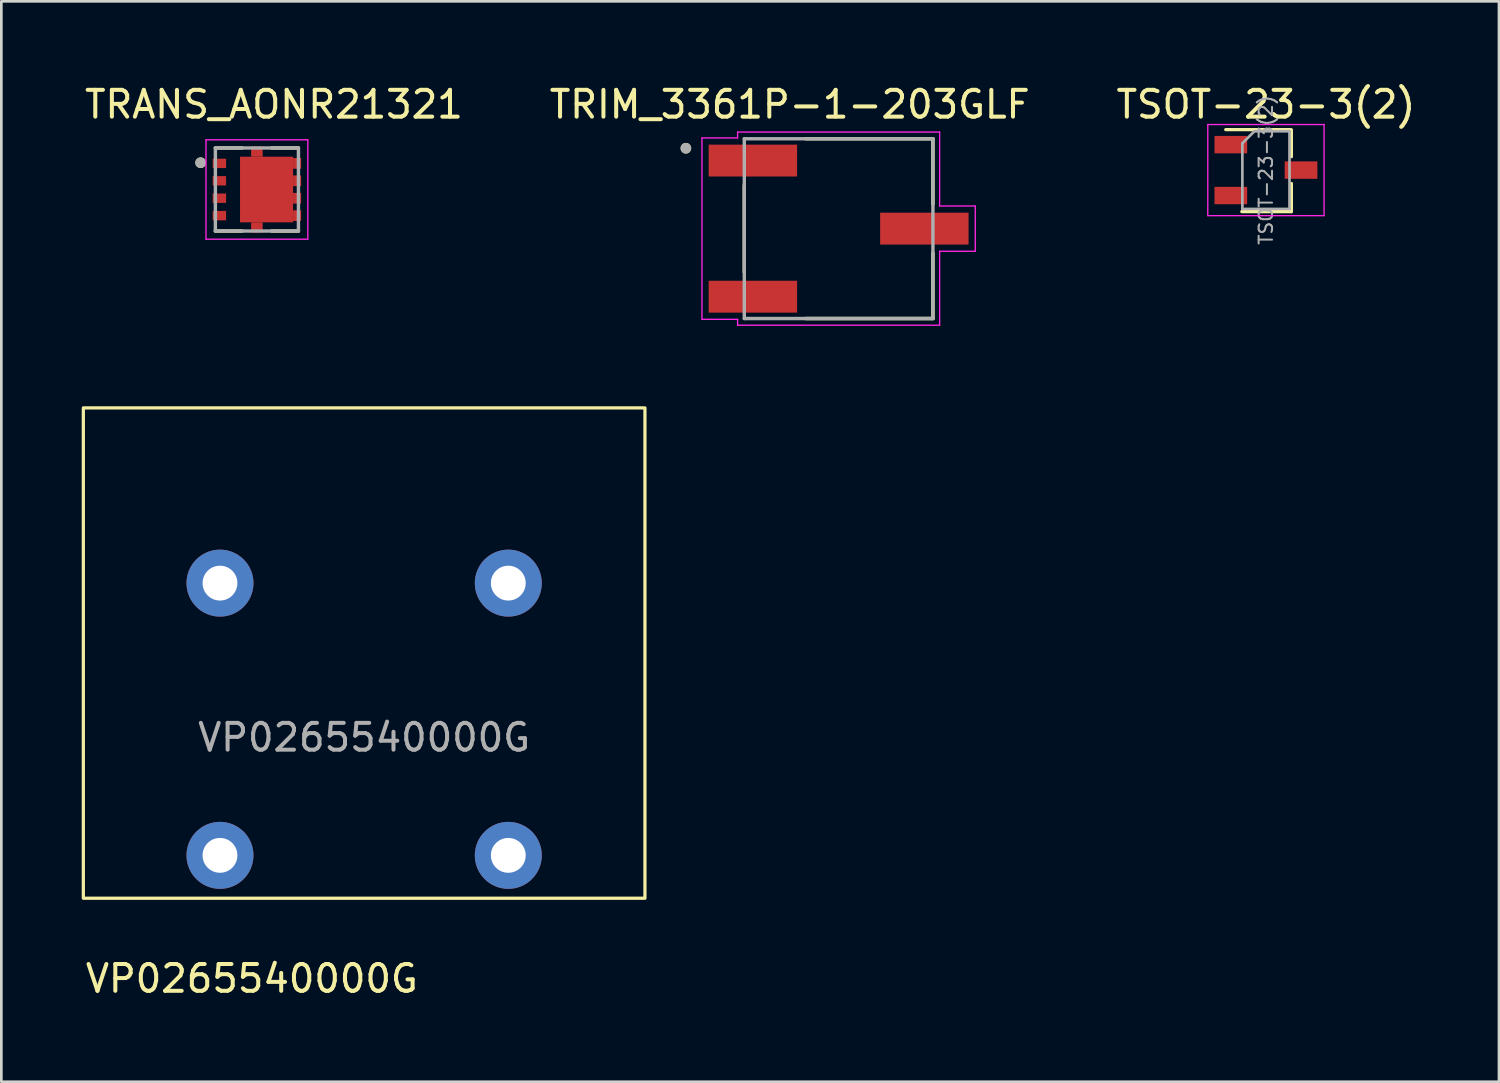
<source format=kicad_pcb>
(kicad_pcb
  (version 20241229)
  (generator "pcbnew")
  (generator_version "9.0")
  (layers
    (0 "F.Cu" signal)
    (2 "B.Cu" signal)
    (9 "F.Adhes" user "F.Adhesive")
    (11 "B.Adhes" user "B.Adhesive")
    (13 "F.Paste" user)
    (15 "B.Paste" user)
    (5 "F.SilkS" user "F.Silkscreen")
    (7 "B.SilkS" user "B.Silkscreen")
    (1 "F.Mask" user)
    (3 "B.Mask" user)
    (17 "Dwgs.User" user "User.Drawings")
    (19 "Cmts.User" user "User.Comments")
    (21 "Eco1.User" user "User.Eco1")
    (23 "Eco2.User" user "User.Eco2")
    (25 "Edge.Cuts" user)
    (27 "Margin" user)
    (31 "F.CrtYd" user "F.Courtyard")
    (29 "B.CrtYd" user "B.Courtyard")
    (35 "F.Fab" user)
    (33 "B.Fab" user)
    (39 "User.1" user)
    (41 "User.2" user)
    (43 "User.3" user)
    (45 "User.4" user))
  (footprint "TRIM_3361P-1-203GLF"
    (layer "F.Cu")
    (at 28.248 5.483)
    (property "Reference" "TRIM_3361P-1-203GLF" (at -1.825 -4.635 0) (layer "F.SilkS") (effects (font (size 1 1) (thickness 0.15))))
    (attr through_hole)
    (fp_line (start -3.52 -1.625) (end -3.52 1.625) (stroke (width 0.127) (type solid)) (layer "F.SilkS"))
    (fp_line (start 3.52 -3.355) (end -1.23 -3.355) (stroke (width 0.127) (type solid)) (layer "F.SilkS"))
    (fp_line (start 3.52 -0.915) (end 3.52 -3.355) (stroke (width 0.127) (type solid)) (layer "F.SilkS"))
    (fp_line (start 3.52 0.915) (end 3.52 3.355) (stroke (width 0.127) (type solid)) (layer "F.SilkS"))
    (fp_line (start 3.52 3.355) (end -1.23 3.355) (stroke (width 0.127) (type solid)) (layer "F.SilkS"))
    (fp_circle (center -5.7 -3) (end -5.6 -3) (stroke (width 0.2) (type solid)) (fill no) (layer "F.SilkS"))
    (fp_line (start -5.1 -3.385) (end -3.77 -3.385) (stroke (width 0.05) (type solid)) (layer "F.CrtYd"))
    (fp_line (start -5.1 3.385) (end -5.1 -3.385) (stroke (width 0.05) (type solid)) (layer "F.CrtYd"))
    (fp_line (start -3.77 -3.605) (end 3.77 -3.605) (stroke (width 0.05) (type solid)) (layer "F.CrtYd"))
    (fp_line (start -3.77 -3.385) (end -3.77 -3.605) (stroke (width 0.05) (type solid)) (layer "F.CrtYd"))
    (fp_line (start -3.77 3.385) (end -5.1 3.385) (stroke (width 0.05) (type solid)) (layer "F.CrtYd"))
    (fp_line (start -3.77 3.605) (end -3.77 3.385) (stroke (width 0.05) (type solid)) (layer "F.CrtYd"))
    (fp_line (start 3.77 -3.605) (end 3.77 -0.845) (stroke (width 0.05) (type solid)) (layer "F.CrtYd"))
    (fp_line (start 3.77 -0.845) (end 5.1 -0.845) (stroke (width 0.05) (type solid)) (layer "F.CrtYd"))
    (fp_line (start 3.77 0.845) (end 3.77 3.605) (stroke (width 0.05) (type solid)) (layer "F.CrtYd"))
    (fp_line (start 3.77 3.605) (end -3.77 3.605) (stroke (width 0.05) (type solid)) (layer "F.CrtYd"))
    (fp_line (start 5.1 -0.845) (end 5.1 0.845) (stroke (width 0.05) (type solid)) (layer "F.CrtYd"))
    (fp_line (start 5.1 0.845) (end 3.77 0.845) (stroke (width 0.05) (type solid)) (layer "F.CrtYd"))
    (fp_line (start -3.52 -3.355) (end -3.52 3.355) (stroke (width 0.127) (type solid)) (layer "F.Fab"))
    (fp_line (start -3.52 3.355) (end 3.52 3.355) (stroke (width 0.127) (type solid)) (layer "F.Fab"))
    (fp_line (start 3.52 -3.355) (end -3.52 -3.355) (stroke (width 0.127) (type solid)) (layer "F.Fab"))
    (fp_line (start 3.52 3.355) (end 3.52 -3.355) (stroke (width 0.127) (type solid)) (layer "F.Fab"))
    (fp_circle (center -5.7 -3) (end -5.6 -3) (stroke (width 0.2) (type solid)) (fill no) (layer "F.Fab"))
    (pad "1" smd rect (at -3.2 -2.54) (size 3.3 1.19) (layers "F.Cu" "F.Mask" "F.Paste"))
    (pad "2" smd rect (at 3.2 0) (size 3.3 1.19) (layers "F.Cu" "F.Mask" "F.Paste"))
    (pad "3" smd rect (at -3.2 2.54) (size 3.3 1.19) (layers "F.Cu" "F.Mask" "F.Paste")))
  (footprint "VP0265540000G"
    (layer "F.Cu")
    (at 10.54 24.473)
    (property "Reference" "VP0265540000G" (at -10.48 9 0) (unlocked yes) (layer "F.SilkS") (effects (font (size 1 1) (thickness 0.15)) (justify left)))
    (attr through_hole)
    (fp_rect (start -10.48 -12.3) (end 10.48 6) (stroke (width 0.12) (type solid)) (fill no) (layer "F.SilkS"))
    (fp_text user "${REFERENCE}" (at 0 0 0) (unlocked yes) (layer "F.Fab") (effects (font (size 1 1) (thickness 0.15))))
    (pad "1" thru_hole circle (at -5.38 -5.76) (size 2.5 2.5) (drill 1.3) (layers "*.Cu" "*.Mask"))
    (pad "1" thru_hole circle (at -5.38 4.4) (size 2.5 2.5) (drill 1.3) (layers "*.Cu" "*.Mask"))
    (pad "2" thru_hole circle (at 5.38 -5.76) (size 2.5 2.5) (drill 1.3) (layers "*.Cu" "*.Mask"))
    (pad "2" thru_hole circle (at 5.38 4.4) (size 2.5 2.5) (drill 1.3) (layers "*.Cu" "*.Mask")))
  (footprint "TSOT-23-3(2)"
    (layer "F.Cu")
    (at 44.196 3.298)
    (property "Reference" "TSOT-23-3(2)" (at 0 -2.45 0) (layer "F.SilkS") (effects (font (size 1 1) (thickness 0.15))))
    (attr smd)
    (fp_line (start 0.93 -1.51) (end -1.5 -1.51) (stroke (width 0.12) (type solid)) (layer "F.SilkS"))
    (fp_line (start 0.95 -1.5) (end 0.95 -0.5) (stroke (width 0.12) (type solid)) (layer "F.SilkS"))
    (fp_line (start 0.95 0.5) (end 0.95 1.55) (stroke (width 0.12) (type solid)) (layer "F.SilkS"))
    (fp_line (start 0.95 1.55) (end -0.9 1.55) (stroke (width 0.12) (type solid)) (layer "F.SilkS"))
    (fp_line (start -2.17 -1.7) (end -2.17 1.7) (stroke (width 0.05) (type solid)) (layer "F.CrtYd"))
    (fp_line (start -2.17 -1.7) (end 2.17 -1.7) (stroke (width 0.05) (type solid)) (layer "F.CrtYd"))
    (fp_line (start 2.17 1.7) (end -2.17 1.7) (stroke (width 0.05) (type solid)) (layer "F.CrtYd"))
    (fp_line (start 2.17 1.7) (end 2.17 -1.7) (stroke (width 0.05) (type solid)) (layer "F.CrtYd"))
    (fp_line (start -0.88 -1) (end -0.88 1.45) (stroke (width 0.1) (type solid)) (layer "F.Fab"))
    (fp_line (start -0.88 -1) (end -0.43 -1.45) (stroke (width 0.1) (type solid)) (layer "F.Fab"))
    (fp_line (start 0.88 -1.45) (end -0.43 -1.45) (stroke (width 0.1) (type solid)) (layer "F.Fab"))
    (fp_line (start 0.88 -1.45) (end 0.88 1.45) (stroke (width 0.1) (type solid)) (layer "F.Fab"))
    (fp_line (start 0.88 1.45) (end -0.88 1.45) (stroke (width 0.1) (type solid)) (layer "F.Fab"))
    (fp_text user "${REFERENCE}" (at 0 0 90) (layer "F.Fab") (effects (font (size 0.5 0.5) (thickness 0.075))))
    (pad "" smd rect (at -1.31 0.95) (size 1.22 0.65) (layers "F.Cu" "F.Mask" "F.Paste"))
    (pad "1" smd rect (at 1.31 0) (size 1.22 0.65) (layers "F.Cu" "F.Mask" "F.Paste"))
    (pad "2" smd rect (at -1.31 -0.95) (size 1.22 0.65) (layers "F.Cu" "F.Mask" "F.Paste")))
  (footprint "TRANS_AONR21321"
    (layer "F.Cu")
    (at 6.538 4.023)
    (property "Reference" "TRANS_AONR21321" (at 0.635 -3.175 0) (layer "F.SilkS") (effects (font (size 1 1) (thickness 0.15))))
    (attr through_hole)
    (fp_line (start -0.55 -1.55) (end -1.55 -1.55) (stroke (width 0.127) (type solid)) (layer "F.SilkS"))
    (fp_line (start -0.55 1.55) (end -1.55 1.55) (stroke (width 0.127) (type solid)) (layer "F.SilkS"))
    (fp_line (start 0.55 -1.55) (end 1.55 -1.55) (stroke (width 0.127) (type solid)) (layer "F.SilkS"))
    (fp_line (start 0.55 1.55) (end 1.55 1.55) (stroke (width 0.127) (type solid)) (layer "F.SilkS"))
    (fp_circle (center -2.1 -1) (end -2 -1) (stroke (width 0.2) (type solid)) (fill no) (layer "F.SilkS"))
    (fp_poly (pts (xy -0.462 -0.664) (xy 1.182 -0.664) (xy 1.182 0.664) (xy -0.462 0.664)) (stroke (width 0.01) (type solid)) (fill yes) (layer "F.Paste"))
    (fp_line (start -1.9 -1.855) (end 1.9 -1.855) (stroke (width 0.05) (type solid)) (layer "F.CrtYd"))
    (fp_line (start -1.9 1.855) (end -1.9 -1.855) (stroke (width 0.05) (type solid)) (layer "F.CrtYd"))
    (fp_line (start 1.9 -1.855) (end 1.9 1.855) (stroke (width 0.05) (type solid)) (layer "F.CrtYd"))
    (fp_line (start 1.9 1.855) (end -1.9 1.855) (stroke (width 0.05) (type solid)) (layer "F.CrtYd"))
    (fp_line (start -1.55 -1.55) (end 1.55 -1.55) (stroke (width 0.127) (type solid)) (layer "F.Fab"))
    (fp_line (start -1.55 1.55) (end -1.55 -1.55) (stroke (width 0.127) (type solid)) (layer "F.Fab"))
    (fp_line (start 1.55 -1.55) (end 1.55 1.55) (stroke (width 0.127) (type solid)) (layer "F.Fab"))
    (fp_line (start 1.55 1.55) (end -1.55 1.55) (stroke (width 0.127) (type solid)) (layer "F.Fab"))
    (fp_circle (center -2.1 -1) (end -2 -1) (stroke (width 0.2) (type solid)) (fill no) (layer "F.Fab"))
    (pad "1" smd rect (at -1.4 -0.975) (size 0.5 0.35) (layers "F.Cu" "F.Mask" "F.Paste"))
    (pad "2" smd rect (at -1.4 -0.325) (size 0.5 0.35) (layers "F.Cu" "F.Mask" "F.Paste"))
    (pad "3" smd rect (at -1.4 0.325) (size 0.5 0.35) (layers "F.Cu" "F.Mask" "F.Paste"))
    (pad "4" smd rect (at -1.4 0.975) (size 0.5 0.35) (layers "F.Cu" "F.Mask" "F.Paste"))
    (pad "5" smd rect (at 1.5 0.975 270) (size 0.4 0.3) (layers "F.Cu" "F.Mask" "F.Paste"))
    (pad "6" smd rect (at 1.5 0.325 270) (size 0.4 0.3) (layers "F.Cu" "F.Mask" "F.Paste"))
    (pad "7" smd rect (at 1.5 -0.325 270) (size 0.4 0.3) (layers "F.Cu" "F.Mask" "F.Paste"))
    (pad "8" smd rect (at 1.5 -0.975 270) (size 0.4 0.3) (layers "F.Cu" "F.Mask" "F.Paste"))
    (pad "9" smd rect (at 0.36 0) (size 1.98 2.45) (layers "F.Cu" "F.Mask"))
    (pad "9_1" smd rect (at 0 -1.415 270) (size 0.38 0.43) (layers "F.Cu" "F.Mask" "F.Paste"))
    (pad "9_2" smd rect (at 0 1.415 270) (size 0.38 0.43) (layers "F.Cu" "F.Mask" "F.Paste")))
  (gr_rect
    (start -3 -3)
    (end 52.893 37.322)
    (stroke (width 0.1) (type default))
    (fill no)
    (layer "Edge.Cuts")))
</source>
